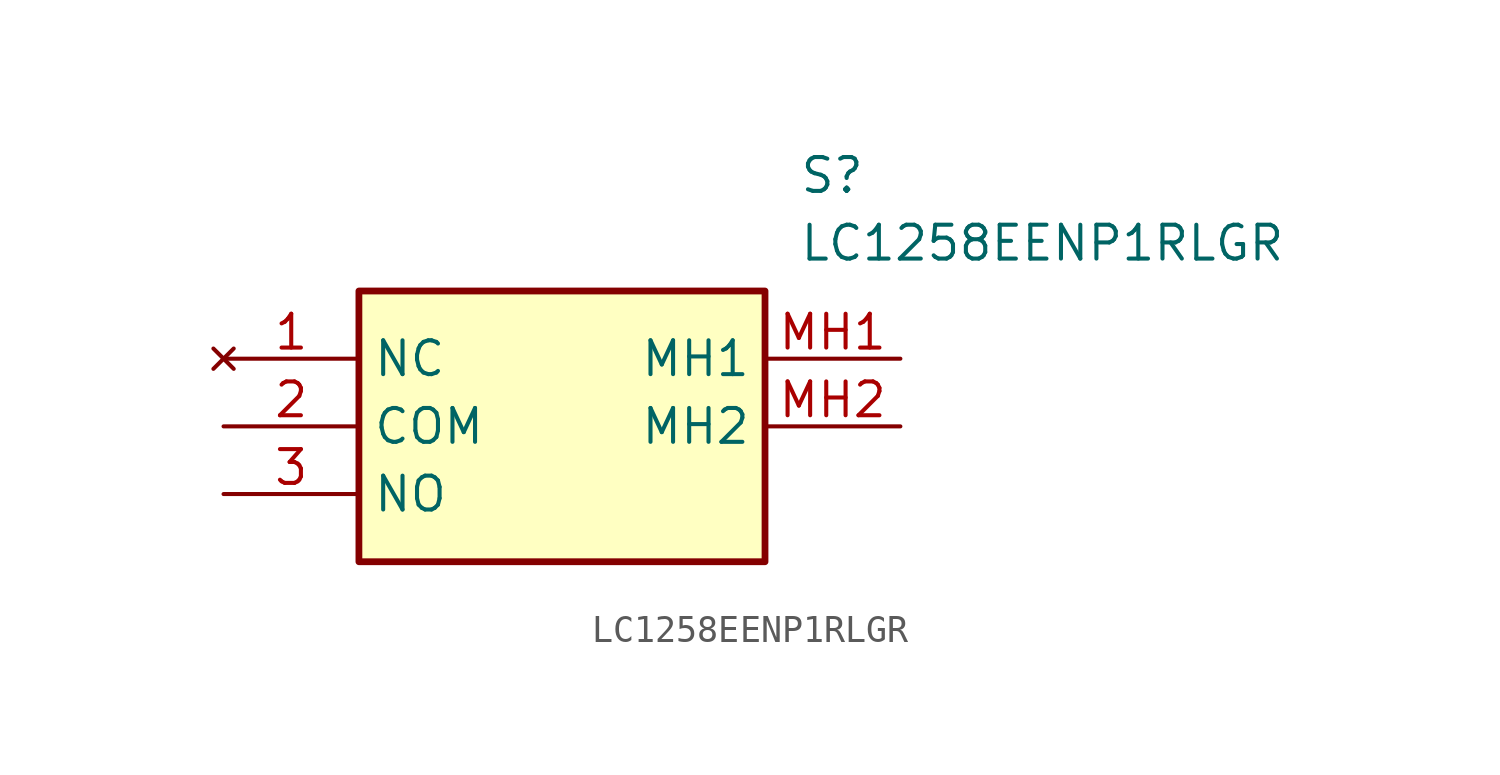
<source format=kicad_sym>
(kicad_symbol_lib
  (version 20211014)
  (generator SamacSys_ECAD_Model)
  (symbol "LC1258EENP1RLGR"
    (property "Reference" "S"
      (at 21.59 7.62 0)
      (effects (font (size 1.27 1.27)) (justify left top)))
    (property "Value" "LC1258EENP1RLGR"
      (at 21.59 5.08 0)
      (effects (font (size 1.27 1.27)) (justify left top)))
    (rectangle
      (start 5.08 2.54)
      (end 20.32 -7.62)
      (stroke (width 0.254) (type default))
      (fill (type background)))
    (pin no_connect line
      (at 0 0 0)
      (length 5.08)
      (name "NC" (effects (font (size 1.27 1.27))))
      (number "1" (effects (font (size 1.27 1.27)))))
    (pin passive line
      (at 0 -2.54 0)
      (length 5.08)
      (name "COM" (effects (font (size 1.27 1.27))))
      (number "2" (effects (font (size 1.27 1.27)))))
    (pin passive line
      (at 0 -5.08 0)
      (length 5.08)
      (name "NO" (effects (font (size 1.27 1.27))))
      (number "3" (effects (font (size 1.27 1.27)))))
    (pin passive line
      (at 25.4 0 180)
      (length 5.08)
      (name "MH1" (effects (font (size 1.27 1.27))))
      (number "MH1" (effects (font (size 1.27 1.27)))))
    (pin passive line
      (at 25.4 -2.54 180)
      (length 5.08)
      (name "MH2" (effects (font (size 1.27 1.27))))
      (number "MH2" (effects (font (size 1.27 1.27)))))))
</source>
